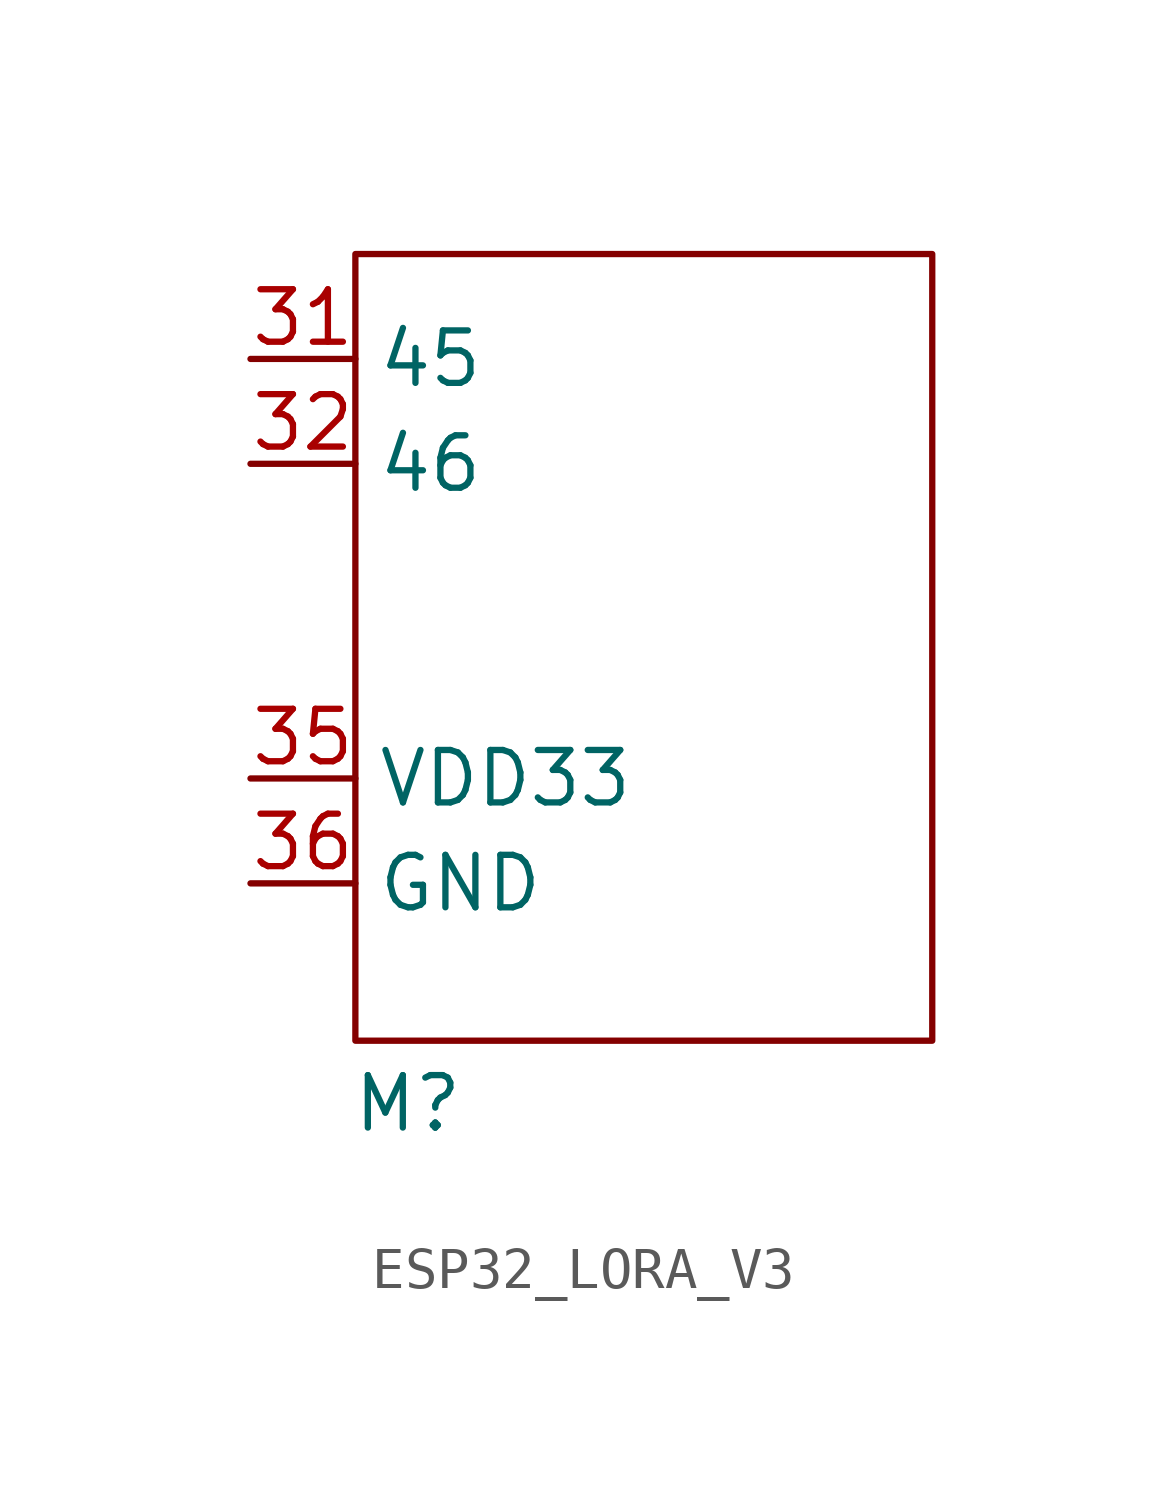
<source format=kicad_sym>
(kicad_symbol_lib
  (version 20231120)
  (generator "kicad_symbol_editor")
  (generator_version "8.0")
  (symbol "ESP32_LORA_V3"
    (property "Reference" "M"
      (at 1.27 -1.524 0)
      (effects (font (size 1.27 1.27))))
    (property "Value" ""
      (at 0 0 0)
      (effects (font (size 1.27 1.27))))
    (symbol "ESP32_LORA_V3_0_1"
      (rectangle (start 0 19.05) (end 13.97 0) (stroke (width 0) (type default)) (fill (type none))))
    (symbol "ESP32_LORA_V3_1_1"
      (pin passive line (at -2.54 16.51 0) (length 2.54) (name "45" (effects (font (size 1.27 1.27)))) (number "31" (effects (font (size 1.27 1.27)))))
      (pin passive line (at -2.54 13.97 0) (length 2.54) (name "46" (effects (font (size 1.27 1.27)))) (number "32" (effects (font (size 1.27 1.27)))))
      (pin passive line (at -2.54 6.35 0) (length 2.54) (name "VDD33" (effects (font (size 1.27 1.27)))) (number "35" (effects (font (size 1.27 1.27)))))
      (pin passive line (at -2.54 3.81 0) (length 2.54) (name "GND" (effects (font (size 1.27 1.27)))) (number "36" (effects (font (size 1.27 1.27))))))))
</source>
